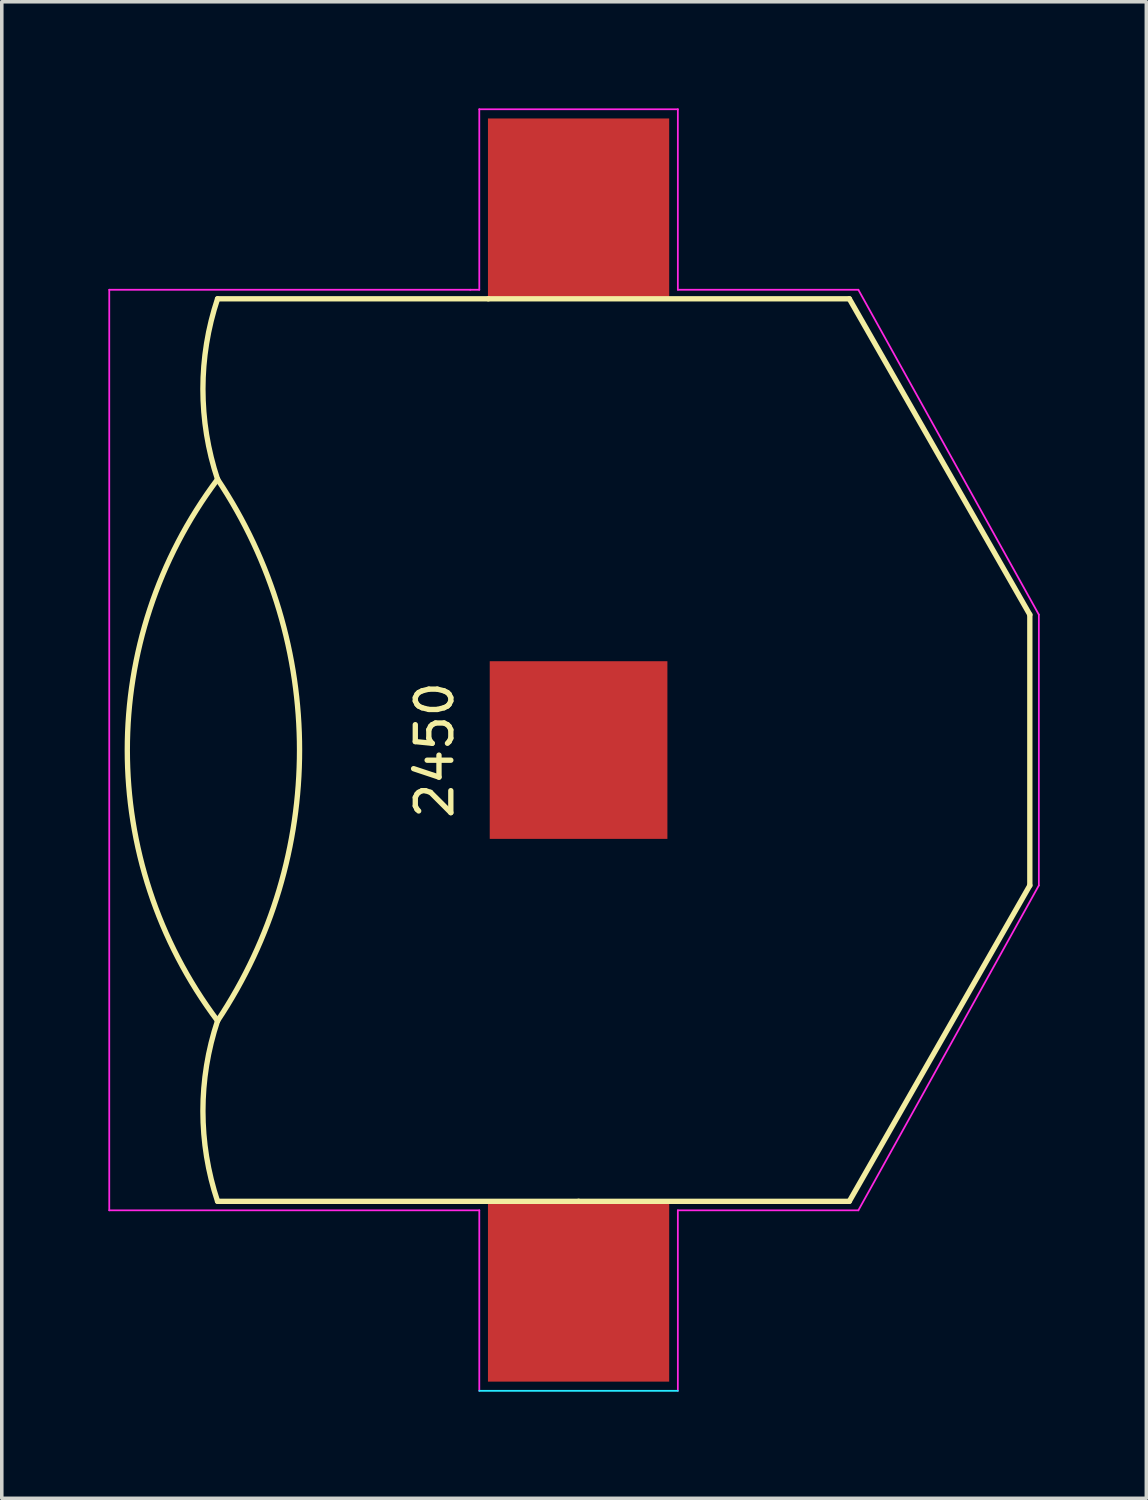
<source format=kicad_pcb>
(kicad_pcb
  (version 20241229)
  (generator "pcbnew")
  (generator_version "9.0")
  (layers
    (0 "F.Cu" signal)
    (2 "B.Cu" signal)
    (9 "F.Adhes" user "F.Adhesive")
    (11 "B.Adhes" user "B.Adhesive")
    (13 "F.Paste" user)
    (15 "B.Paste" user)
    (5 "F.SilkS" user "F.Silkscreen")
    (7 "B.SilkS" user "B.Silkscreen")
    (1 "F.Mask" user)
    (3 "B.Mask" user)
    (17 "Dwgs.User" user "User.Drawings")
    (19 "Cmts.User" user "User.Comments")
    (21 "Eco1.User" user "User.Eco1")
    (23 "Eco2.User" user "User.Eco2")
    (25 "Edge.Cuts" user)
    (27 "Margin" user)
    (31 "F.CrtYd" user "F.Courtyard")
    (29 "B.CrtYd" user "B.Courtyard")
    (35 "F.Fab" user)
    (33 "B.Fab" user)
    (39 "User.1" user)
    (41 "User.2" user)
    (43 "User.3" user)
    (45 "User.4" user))
  (footprint "2450"
    (layer "F.Cu")
    (at 13.233 18.059)
    (property "Reference" "2450" (at -4.05 0 90) (layer "F.SilkS") (effects (font (size 1 1) (thickness 0.15))))
    (attr smd)
    (fp_line (start -10.16 -12.7) (end -2.54 -12.7) (stroke (width 0.15) (type solid)) (layer "F.SilkS"))
    (fp_line (start 0 12.7) (end -10.16 12.7) (stroke (width 0.15) (type solid)) (layer "F.SilkS"))
    (fp_line (start 7.62 -12.7) (end -2.54 -12.7) (stroke (width 0.15) (type solid)) (layer "F.SilkS"))
    (fp_line (start 7.62 12.7) (end 0 12.7) (stroke (width 0.15) (type solid)) (layer "F.SilkS"))
    (fp_line (start 12.7 -3.81) (end 7.62 -12.7) (stroke (width 0.15) (type solid)) (layer "F.SilkS"))
    (fp_line (start 12.7 -3.81) (end 12.7 3.81) (stroke (width 0.15) (type solid)) (layer "F.SilkS"))
    (fp_line (start 12.7 3.81) (end 7.62 12.7) (stroke (width 0.15) (type solid)) (layer "F.SilkS"))
    (fp_arc (start -10.16 -7.62) (mid -7.85285 0) (end -10.16 7.62) (stroke (width 0.15) (type solid)) (layer "F.SilkS"))
    (fp_arc (start -10.159999 -7.62) (mid -10.572184 -10.16) (end -10.159999 -12.699999) (stroke (width 0.15) (type solid)) (layer "F.SilkS"))
    (fp_arc (start -10.159999 7.62) (mid -12.699999 0.000001) (end -10.16 -7.619999) (stroke (width 0.15) (type solid)) (layer "F.SilkS"))
    (fp_arc (start -10.159999 12.7) (mid -10.572184 10.16) (end -10.159999 7.620001) (stroke (width 0.15) (type solid)) (layer "F.SilkS"))
    (fp_line (start -2.794 18.034) (end 2.794 18.034) (stroke (width 0.05) (type solid)) (layer "B.CrtYd"))
    (fp_line (start -13.208 -12.954) (end -13.208 12.954) (stroke (width 0.05) (type solid)) (layer "F.CrtYd"))
    (fp_line (start -13.208 12.954) (end -2.794 12.954) (stroke (width 0.05) (type solid)) (layer "F.CrtYd"))
    (fp_line (start -3.048 -12.954) (end -13.208 -12.954) (stroke (width 0.05) (type solid)) (layer "F.CrtYd"))
    (fp_line (start -2.794 -18.034) (end -2.794 -12.954) (stroke (width 0.05) (type solid)) (layer "F.CrtYd"))
    (fp_line (start -2.794 -12.954) (end -3.048 -12.954) (stroke (width 0.05) (type solid)) (layer "F.CrtYd"))
    (fp_line (start -2.794 12.954) (end -2.794 18.034) (stroke (width 0.05) (type solid)) (layer "F.CrtYd"))
    (fp_line (start 2.794 -18.034) (end -2.794 -18.034) (stroke (width 0.05) (type solid)) (layer "F.CrtYd"))
    (fp_line (start 2.794 -12.954) (end 2.794 -18.034) (stroke (width 0.05) (type solid)) (layer "F.CrtYd"))
    (fp_line (start 2.794 18.034) (end 2.794 12.954) (stroke (width 0.05) (type solid)) (layer "F.CrtYd"))
    (fp_line (start 7.874 -12.954) (end 2.794 -12.954) (stroke (width 0.05) (type solid)) (layer "F.CrtYd"))
    (fp_line (start 7.874 12.954) (end 2.794 12.954) (stroke (width 0.05) (type solid)) (layer "F.CrtYd"))
    (fp_line (start 12.954 -3.81) (end 7.874 -12.954) (stroke (width 0.05) (type solid)) (layer "F.CrtYd"))
    (fp_line (start 12.954 3.81) (end 7.874 12.954) (stroke (width 0.05) (type solid)) (layer "F.CrtYd"))
    (fp_line (start 12.954 3.81) (end 12.954 -3.81) (stroke (width 0.05) (type solid)) (layer "F.CrtYd"))
    (pad "1" smd rect (at 0 0) (size 5 5) (layers "F.Cu" "F.Mask" "F.Paste"))
    (pad "2" smd rect (at 0 -15.225) (size 5.1 5.1) (layers "F.Cu" "F.Mask" "F.Paste"))
    (pad "2" smd rect (at 0 15.225) (size 5.1 5.1) (layers "F.Cu" "F.Mask" "F.Paste")))
  (gr_rect
    (start -3 -3)
    (end 29.212 39.118)
    (stroke (width 0.1) (type default))
    (fill no)
    (layer "Edge.Cuts")))
</source>
